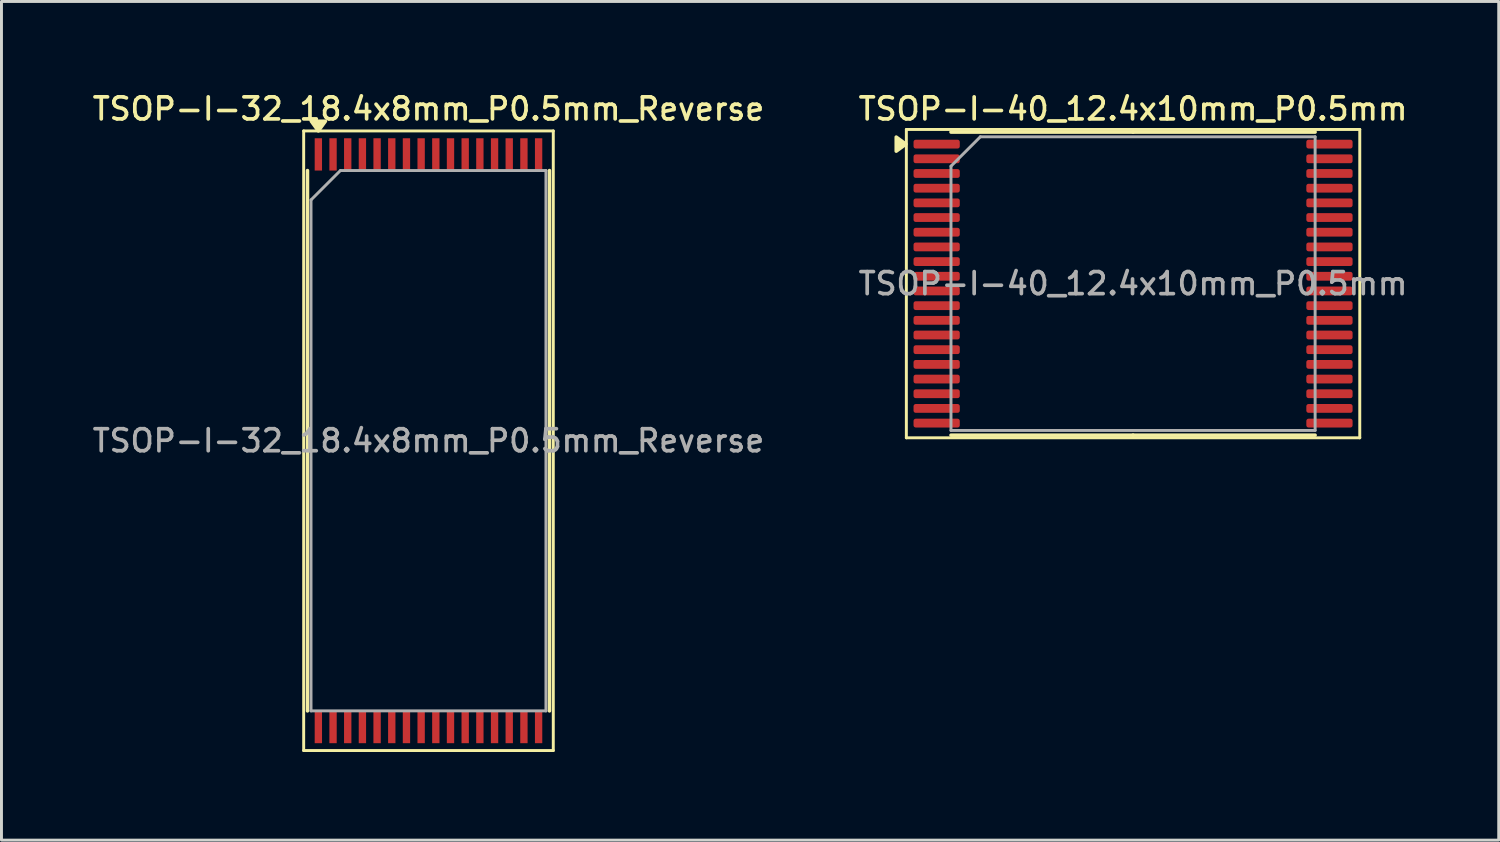
<source format=kicad_pcb>
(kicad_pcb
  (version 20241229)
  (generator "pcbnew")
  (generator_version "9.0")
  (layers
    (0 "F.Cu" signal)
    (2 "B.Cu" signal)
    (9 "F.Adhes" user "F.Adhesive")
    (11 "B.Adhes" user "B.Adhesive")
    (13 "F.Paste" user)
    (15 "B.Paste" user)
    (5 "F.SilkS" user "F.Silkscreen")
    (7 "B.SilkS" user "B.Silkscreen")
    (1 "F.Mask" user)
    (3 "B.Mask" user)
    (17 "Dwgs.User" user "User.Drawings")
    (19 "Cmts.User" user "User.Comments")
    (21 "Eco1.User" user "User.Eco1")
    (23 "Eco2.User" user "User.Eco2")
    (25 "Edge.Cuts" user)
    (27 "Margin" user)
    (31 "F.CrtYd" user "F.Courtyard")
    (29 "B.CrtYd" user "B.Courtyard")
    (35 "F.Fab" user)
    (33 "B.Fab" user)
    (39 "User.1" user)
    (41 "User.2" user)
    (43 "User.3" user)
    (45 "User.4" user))
  (footprint "TSOP-I-40_12.4x10mm_P0.5mm"
    (layer "F.Cu")
    (at 35.534 6.608)
    (property "Reference" "TSOP-I-40_12.4x10mm_P0.5mm" (at 0 -5.95 0) (layer "F.SilkS") (effects (font (size 0.75 0.75) (thickness 0.125))))
    (attr smd)
    (fp_line (start -7.72 -5.25) (end -7.72 5.25) (stroke (width 0.1) (type solid)) (layer "F.SilkS"))
    (fp_line (start -7.72 5.25) (end 7.72 5.25) (stroke (width 0.1) (type solid)) (layer "F.SilkS"))
    (fp_line (start 0 -5.16) (end -6.2 -5.16) (stroke (width 0.12) (type solid)) (layer "F.SilkS"))
    (fp_line (start 0 -5.16) (end 6.2 -5.16) (stroke (width 0.12) (type solid)) (layer "F.SilkS"))
    (fp_line (start 0 5.16) (end -6.2 5.16) (stroke (width 0.12) (type solid)) (layer "F.SilkS"))
    (fp_line (start 0 5.16) (end 6.2 5.16) (stroke (width 0.12) (type solid)) (layer "F.SilkS"))
    (fp_line (start 7.72 -5.25) (end -7.72 -5.25) (stroke (width 0.1) (type solid)) (layer "F.SilkS"))
    (fp_line (start 7.72 5.25) (end 7.72 -5.25) (stroke (width 0.1) (type solid)) (layer "F.SilkS"))
    (fp_poly (pts (xy -7.735 -4.75) (xy -8.065 -4.99) (xy -8.065 -4.51) (xy -7.735 -4.75)) (stroke (width 0.12) (type solid)) (fill yes) (layer "F.SilkS"))
    (fp_line (start -6.2 -4) (end -5.2 -5) (stroke (width 0.1) (type solid)) (layer "F.Fab"))
    (fp_line (start -6.2 5) (end -6.2 -4) (stroke (width 0.1) (type solid)) (layer "F.Fab"))
    (fp_line (start -5.2 -5) (end 6.2 -5) (stroke (width 0.1) (type solid)) (layer "F.Fab"))
    (fp_line (start 6.2 -5) (end 6.2 5) (stroke (width 0.1) (type solid)) (layer "F.Fab"))
    (fp_line (start 6.2 5) (end -6.2 5) (stroke (width 0.1) (type solid)) (layer "F.Fab"))
    (fp_text user "${REFERENCE}" (at 0 0 0) (layer "F.Fab") (effects (font (size 0.75 0.75) (thickness 0.125))))
    (pad "1" smd roundrect (at -6.688 -4.75) (size 1.575 0.3) (layers "F.Cu" "F.Mask" "F.Paste") (roundrect_rratio 0.25))
    (pad "2" smd roundrect (at -6.688 -4.25) (size 1.575 0.3) (layers "F.Cu" "F.Mask" "F.Paste") (roundrect_rratio 0.25))
    (pad "3" smd roundrect (at -6.688 -3.75) (size 1.575 0.3) (layers "F.Cu" "F.Mask" "F.Paste") (roundrect_rratio 0.25))
    (pad "4" smd roundrect (at -6.688 -3.25) (size 1.575 0.3) (layers "F.Cu" "F.Mask" "F.Paste") (roundrect_rratio 0.25))
    (pad "5" smd roundrect (at -6.688 -2.75) (size 1.575 0.3) (layers "F.Cu" "F.Mask" "F.Paste") (roundrect_rratio 0.25))
    (pad "6" smd roundrect (at -6.688 -2.25) (size 1.575 0.3) (layers "F.Cu" "F.Mask" "F.Paste") (roundrect_rratio 0.25))
    (pad "7" smd roundrect (at -6.688 -1.75) (size 1.575 0.3) (layers "F.Cu" "F.Mask" "F.Paste") (roundrect_rratio 0.25))
    (pad "8" smd roundrect (at -6.688 -1.25) (size 1.575 0.3) (layers "F.Cu" "F.Mask" "F.Paste") (roundrect_rratio 0.25))
    (pad "9" smd roundrect (at -6.688 -0.75) (size 1.575 0.3) (layers "F.Cu" "F.Mask" "F.Paste") (roundrect_rratio 0.25))
    (pad "10" smd roundrect (at -6.688 -0.25) (size 1.575 0.3) (layers "F.Cu" "F.Mask" "F.Paste") (roundrect_rratio 0.25))
    (pad "11" smd roundrect (at -6.688 0.25) (size 1.575 0.3) (layers "F.Cu" "F.Mask" "F.Paste") (roundrect_rratio 0.25))
    (pad "12" smd roundrect (at -6.688 0.75) (size 1.575 0.3) (layers "F.Cu" "F.Mask" "F.Paste") (roundrect_rratio 0.25))
    (pad "13" smd roundrect (at -6.688 1.25) (size 1.575 0.3) (layers "F.Cu" "F.Mask" "F.Paste") (roundrect_rratio 0.25))
    (pad "14" smd roundrect (at -6.688 1.75) (size 1.575 0.3) (layers "F.Cu" "F.Mask" "F.Paste") (roundrect_rratio 0.25))
    (pad "15" smd roundrect (at -6.688 2.25) (size 1.575 0.3) (layers "F.Cu" "F.Mask" "F.Paste") (roundrect_rratio 0.25))
    (pad "16" smd roundrect (at -6.688 2.75) (size 1.575 0.3) (layers "F.Cu" "F.Mask" "F.Paste") (roundrect_rratio 0.25))
    (pad "17" smd roundrect (at -6.688 3.25) (size 1.575 0.3) (layers "F.Cu" "F.Mask" "F.Paste") (roundrect_rratio 0.25))
    (pad "18" smd roundrect (at -6.688 3.75) (size 1.575 0.3) (layers "F.Cu" "F.Mask" "F.Paste") (roundrect_rratio 0.25))
    (pad "19" smd roundrect (at -6.688 4.25) (size 1.575 0.3) (layers "F.Cu" "F.Mask" "F.Paste") (roundrect_rratio 0.25))
    (pad "20" smd roundrect (at -6.688 4.75) (size 1.575 0.3) (layers "F.Cu" "F.Mask" "F.Paste") (roundrect_rratio 0.25))
    (pad "21" smd roundrect (at 6.688 4.75) (size 1.575 0.3) (layers "F.Cu" "F.Mask" "F.Paste") (roundrect_rratio 0.25))
    (pad "22" smd roundrect (at 6.688 4.25) (size 1.575 0.3) (layers "F.Cu" "F.Mask" "F.Paste") (roundrect_rratio 0.25))
    (pad "23" smd roundrect (at 6.688 3.75) (size 1.575 0.3) (layers "F.Cu" "F.Mask" "F.Paste") (roundrect_rratio 0.25))
    (pad "24" smd roundrect (at 6.688 3.25) (size 1.575 0.3) (layers "F.Cu" "F.Mask" "F.Paste") (roundrect_rratio 0.25))
    (pad "25" smd roundrect (at 6.688 2.75) (size 1.575 0.3) (layers "F.Cu" "F.Mask" "F.Paste") (roundrect_rratio 0.25))
    (pad "26" smd roundrect (at 6.688 2.25) (size 1.575 0.3) (layers "F.Cu" "F.Mask" "F.Paste") (roundrect_rratio 0.25))
    (pad "27" smd roundrect (at 6.688 1.75) (size 1.575 0.3) (layers "F.Cu" "F.Mask" "F.Paste") (roundrect_rratio 0.25))
    (pad "28" smd roundrect (at 6.688 1.25) (size 1.575 0.3) (layers "F.Cu" "F.Mask" "F.Paste") (roundrect_rratio 0.25))
    (pad "29" smd roundrect (at 6.688 0.75) (size 1.575 0.3) (layers "F.Cu" "F.Mask" "F.Paste") (roundrect_rratio 0.25))
    (pad "30" smd roundrect (at 6.688 0.25) (size 1.575 0.3) (layers "F.Cu" "F.Mask" "F.Paste") (roundrect_rratio 0.25))
    (pad "31" smd roundrect (at 6.688 -0.25) (size 1.575 0.3) (layers "F.Cu" "F.Mask" "F.Paste") (roundrect_rratio 0.25))
    (pad "32" smd roundrect (at 6.688 -0.75) (size 1.575 0.3) (layers "F.Cu" "F.Mask" "F.Paste") (roundrect_rratio 0.25))
    (pad "33" smd roundrect (at 6.688 -1.25) (size 1.575 0.3) (layers "F.Cu" "F.Mask" "F.Paste") (roundrect_rratio 0.25))
    (pad "34" smd roundrect (at 6.688 -1.75) (size 1.575 0.3) (layers "F.Cu" "F.Mask" "F.Paste") (roundrect_rratio 0.25))
    (pad "35" smd roundrect (at 6.688 -2.25) (size 1.575 0.3) (layers "F.Cu" "F.Mask" "F.Paste") (roundrect_rratio 0.25))
    (pad "36" smd roundrect (at 6.688 -2.75) (size 1.575 0.3) (layers "F.Cu" "F.Mask" "F.Paste") (roundrect_rratio 0.25))
    (pad "37" smd roundrect (at 6.688 -3.25) (size 1.575 0.3) (layers "F.Cu" "F.Mask" "F.Paste") (roundrect_rratio 0.25))
    (pad "38" smd roundrect (at 6.688 -3.75) (size 1.575 0.3) (layers "F.Cu" "F.Mask" "F.Paste") (roundrect_rratio 0.25))
    (pad "39" smd roundrect (at 6.688 -4.25) (size 1.575 0.3) (layers "F.Cu" "F.Mask" "F.Paste") (roundrect_rratio 0.25))
    (pad "40" smd roundrect (at 6.688 -4.75) (size 1.575 0.3) (layers "F.Cu" "F.Mask" "F.Paste") (roundrect_rratio 0.25)))
  (footprint "TSOP-I-32_18.4x8mm_P0.5mm_Reverse"
    (layer "F.Cu")
    (at 11.541 11.958)
    (property "Reference" "TSOP-I-32_18.4x8mm_P0.5mm_Reverse" (at 0 -11.3 0) (layer "F.SilkS") (effects (font (size 0.75 0.75) (thickness 0.125))))
    (attr smd)
    (fp_line (start -4.25 -10.55) (end 4.25 -10.55) (stroke (width 0.1) (type solid)) (layer "F.SilkS"))
    (fp_line (start -4.25 10.55) (end -4.25 -10.55) (stroke (width 0.1) (type solid)) (layer "F.SilkS"))
    (fp_line (start -4.12 9.2) (end -4.12 -9.2) (stroke (width 0.12) (type solid)) (layer "F.SilkS"))
    (fp_line (start 4.12 9.2) (end 4.12 -9.2) (stroke (width 0.12) (type solid)) (layer "F.SilkS"))
    (fp_line (start 4.25 -10.55) (end 4.25 10.55) (stroke (width 0.1) (type solid)) (layer "F.SilkS"))
    (fp_line (start 4.25 10.55) (end -4.25 10.55) (stroke (width 0.1) (type solid)) (layer "F.SilkS"))
    (fp_poly (pts (xy -3.75 -10.55) (xy -3.51 -10.88) (xy -3.99 -10.88) (xy -3.75 -10.55)) (stroke (width 0.12) (type solid)) (fill yes) (layer "F.SilkS"))
    (fp_line (start -4 -8.2) (end -4 9.2) (stroke (width 0.1) (type solid)) (layer "F.Fab"))
    (fp_line (start -4 -8.2) (end -3 -9.2) (stroke (width 0.1) (type solid)) (layer "F.Fab"))
    (fp_line (start -3 -9.2) (end 4 -9.2) (stroke (width 0.1) (type solid)) (layer "F.Fab"))
    (fp_line (start 4 -9.2) (end 4 9.2) (stroke (width 0.1) (type solid)) (layer "F.Fab"))
    (fp_line (start 4 9.2) (end -4 9.2) (stroke (width 0.1) (type solid)) (layer "F.Fab"))
    (fp_text user "${REFERENCE}" (at 0 0 0) (layer "F.Fab") (effects (font (size 0.75 0.75) (thickness 0.125))))
    (pad "1" smd rect (at -3.75 -9.75) (size 0.25 1.1) (layers "F.Cu" "F.Mask" "F.Paste"))
    (pad "2" smd rect (at -3.25 -9.75) (size 0.25 1.1) (layers "F.Cu" "F.Mask" "F.Paste"))
    (pad "3" smd rect (at -2.75 -9.75) (size 0.25 1.1) (layers "F.Cu" "F.Mask" "F.Paste"))
    (pad "4" smd rect (at -2.25 -9.75) (size 0.25 1.1) (layers "F.Cu" "F.Mask" "F.Paste"))
    (pad "5" smd rect (at -1.75 -9.75) (size 0.25 1.1) (layers "F.Cu" "F.Mask" "F.Paste"))
    (pad "6" smd rect (at -1.25 -9.75) (size 0.25 1.1) (layers "F.Cu" "F.Mask" "F.Paste"))
    (pad "7" smd rect (at -0.75 -9.75) (size 0.25 1.1) (layers "F.Cu" "F.Mask" "F.Paste"))
    (pad "8" smd rect (at -0.25 -9.75) (size 0.25 1.1) (layers "F.Cu" "F.Mask" "F.Paste"))
    (pad "9" smd rect (at 0.25 -9.75) (size 0.25 1.1) (layers "F.Cu" "F.Mask" "F.Paste"))
    (pad "10" smd rect (at 0.75 -9.75) (size 0.25 1.1) (layers "F.Cu" "F.Mask" "F.Paste"))
    (pad "11" smd rect (at 1.25 -9.75) (size 0.25 1.1) (layers "F.Cu" "F.Mask" "F.Paste"))
    (pad "12" smd rect (at 1.75 -9.75) (size 0.25 1.1) (layers "F.Cu" "F.Mask" "F.Paste"))
    (pad "13" smd rect (at 2.25 -9.75) (size 0.25 1.1) (layers "F.Cu" "F.Mask" "F.Paste"))
    (pad "14" smd rect (at 2.75 -9.75) (size 0.25 1.1) (layers "F.Cu" "F.Mask" "F.Paste"))
    (pad "15" smd rect (at 3.25 -9.75) (size 0.25 1.1) (layers "F.Cu" "F.Mask" "F.Paste"))
    (pad "16" smd rect (at 3.75 -9.75) (size 0.25 1.1) (layers "F.Cu" "F.Mask" "F.Paste"))
    (pad "17" smd rect (at 3.75 9.75) (size 0.25 1.1) (layers "F.Cu" "F.Mask" "F.Paste"))
    (pad "18" smd rect (at 3.25 9.75) (size 0.25 1.1) (layers "F.Cu" "F.Mask" "F.Paste"))
    (pad "19" smd rect (at 2.75 9.75) (size 0.25 1.1) (layers "F.Cu" "F.Mask" "F.Paste"))
    (pad "20" smd rect (at 2.25 9.75) (size 0.25 1.1) (layers "F.Cu" "F.Mask" "F.Paste"))
    (pad "21" smd rect (at 1.75 9.75) (size 0.25 1.1) (layers "F.Cu" "F.Mask" "F.Paste"))
    (pad "22" smd rect (at 1.25 9.75) (size 0.25 1.1) (layers "F.Cu" "F.Mask" "F.Paste"))
    (pad "23" smd rect (at 0.75 9.75) (size 0.25 1.1) (layers "F.Cu" "F.Mask" "F.Paste"))
    (pad "24" smd rect (at 0.25 9.75) (size 0.25 1.1) (layers "F.Cu" "F.Mask" "F.Paste"))
    (pad "25" smd rect (at -0.25 9.75) (size 0.25 1.1) (layers "F.Cu" "F.Mask" "F.Paste"))
    (pad "26" smd rect (at -0.75 9.75) (size 0.25 1.1) (layers "F.Cu" "F.Mask" "F.Paste"))
    (pad "27" smd rect (at -1.25 9.75) (size 0.25 1.1) (layers "F.Cu" "F.Mask" "F.Paste"))
    (pad "28" smd rect (at -1.75 9.75) (size 0.25 1.1) (layers "F.Cu" "F.Mask" "F.Paste"))
    (pad "29" smd rect (at -2.25 9.75) (size 0.25 1.1) (layers "F.Cu" "F.Mask" "F.Paste"))
    (pad "30" smd rect (at -2.75 9.75) (size 0.25 1.1) (layers "F.Cu" "F.Mask" "F.Paste"))
    (pad "31" smd rect (at -3.25 9.75) (size 0.25 1.1) (layers "F.Cu" "F.Mask" "F.Paste"))
    (pad "32" smd rect (at -3.75 9.75) (size 0.25 1.1) (layers "F.Cu" "F.Mask" "F.Paste")))
  (gr_rect
    (start -3 -3)
    (end 47.986 25.558)
    (stroke (width 0.1) (type default))
    (fill no)
    (layer "Edge.Cuts")))
</source>
